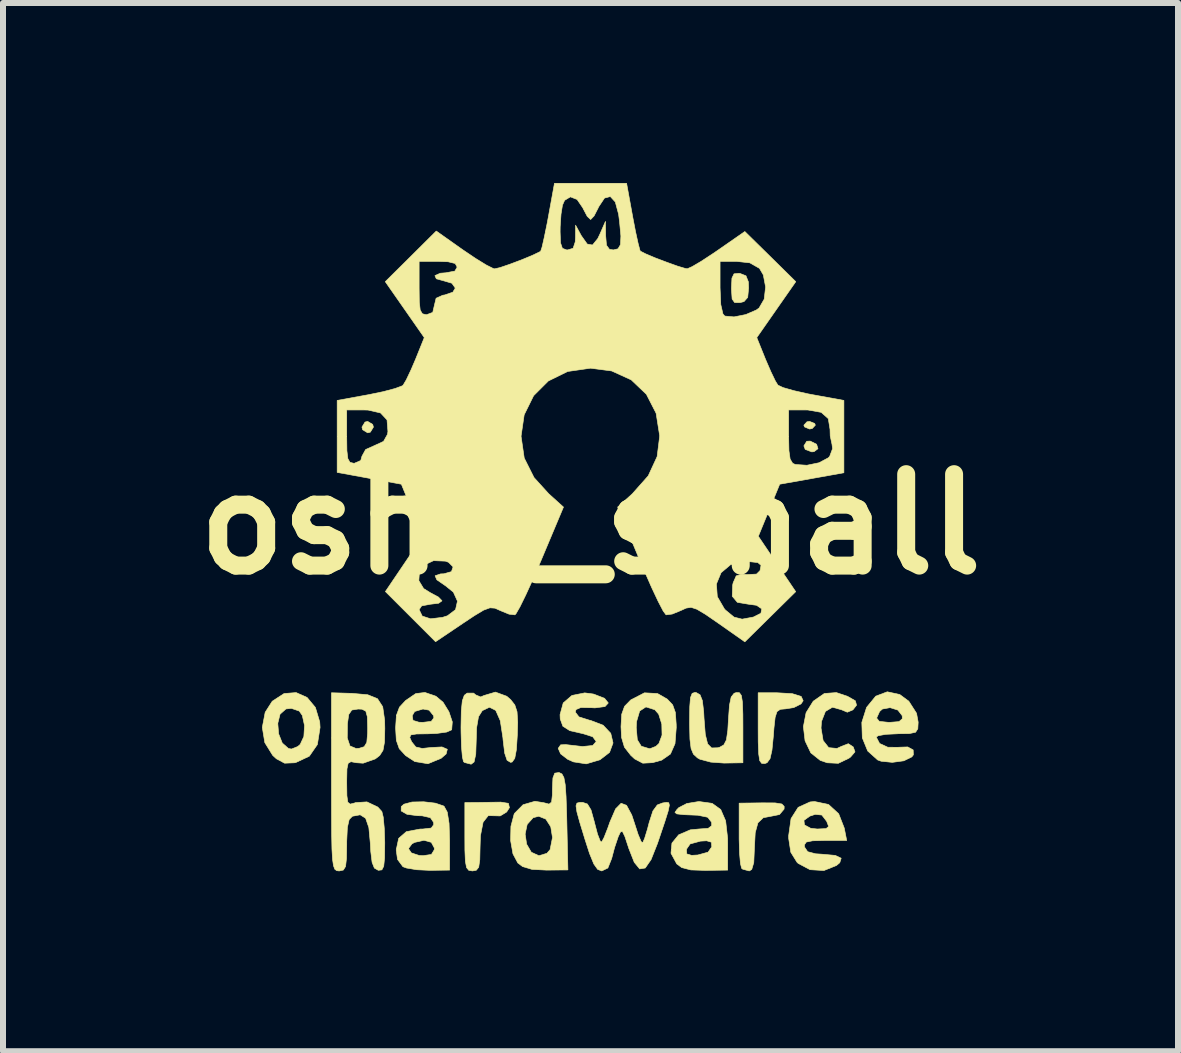
<source format=kicad_pcb>
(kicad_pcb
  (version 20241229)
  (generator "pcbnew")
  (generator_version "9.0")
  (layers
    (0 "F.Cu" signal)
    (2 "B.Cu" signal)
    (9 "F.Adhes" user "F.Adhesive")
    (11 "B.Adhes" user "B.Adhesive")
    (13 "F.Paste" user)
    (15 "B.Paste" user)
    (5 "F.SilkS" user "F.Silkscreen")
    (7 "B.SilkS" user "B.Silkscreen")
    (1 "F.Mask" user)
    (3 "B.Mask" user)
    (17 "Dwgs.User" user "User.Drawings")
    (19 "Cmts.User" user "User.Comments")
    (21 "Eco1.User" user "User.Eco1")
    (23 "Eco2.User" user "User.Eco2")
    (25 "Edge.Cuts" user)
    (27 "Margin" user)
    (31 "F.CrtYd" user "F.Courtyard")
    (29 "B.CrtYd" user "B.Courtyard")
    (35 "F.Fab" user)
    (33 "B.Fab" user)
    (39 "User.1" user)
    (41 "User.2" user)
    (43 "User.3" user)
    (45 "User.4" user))
  (footprint "oshw_small"
    (layer "F.Cu")
    (at 6.793 5.688)
    (property "Reference" "oshw_small" (at 0 0 0) (layer "F.SilkS") (effects (font (size 1.524 1.524) (thickness 0.3))))
    (attr through_hole)
    (fp_poly (pts (xy -3.631 -1.664) (xy -3.619 -1.619) (xy -3.67 -1.535) (xy -3.715 -1.524) (xy -3.799 -1.575) (xy -3.81 -1.619) (xy -3.759 -1.703) (xy -3.715 -1.714) (xy -3.631 -1.664)) (stroke (width 0.01) (type solid)) (fill yes) (layer "F.SilkS"))
    (fp_poly (pts (xy 3.736 -1.68) (xy 3.747 -1.651) (xy 3.695 -1.595) (xy 3.651 -1.587) (xy 3.567 -1.622) (xy 3.556 -1.651) (xy 3.607 -1.707) (xy 3.651 -1.714) (xy 3.736 -1.68)) (stroke (width 0.01) (type solid)) (fill yes) (layer "F.SilkS"))
    (fp_poly (pts (xy 3.768 -1.333) (xy 3.791 -1.259) (xy 3.726 -1.21) (xy 3.688 -1.206) (xy 3.579 -1.247) (xy 3.556 -1.306) (xy 3.604 -1.383) (xy 3.662 -1.386) (xy 3.768 -1.333)) (stroke (width 0.01) (type solid)) (fill yes) (layer "F.SilkS"))
    (fp_poly (pts (xy 2.492 -4.18) (xy 2.591 -4.141) (xy 2.631 -4.04) (xy 2.635 -3.937) (xy 2.62 -3.781) (xy 2.558 -3.711) (xy 2.492 -3.694) (xy 2.402 -3.695) (xy 2.36 -3.754) (xy 2.35 -3.902) (xy 2.349 -3.937) (xy 2.357 -4.103) (xy 2.392 -4.174) (xy 2.473 -4.182) (xy 2.492 -4.18)) (stroke (width 0.01) (type solid)) (fill yes) (layer "F.SilkS"))
    (fp_poly (pts (xy 3.076 4.645) (xy 3.189 4.663) (xy 3.228 4.704) (xy 3.226 4.748) (xy 3.149 4.839) (xy 3.025 4.864) (xy 2.879 4.892) (xy 2.79 4.977) (xy 2.745 5.142) (xy 2.731 5.41) (xy 2.731 5.413) (xy 2.721 5.639) (xy 2.687 5.754) (xy 2.646 5.779) (xy 2.538 5.75) (xy 2.519 5.736) (xy 2.499 5.657) (xy 2.484 5.484) (xy 2.477 5.249) (xy 2.477 5.171) (xy 2.477 4.649) (xy 2.862 4.644) (xy 3.076 4.645)) (stroke (width 0.01) (type solid)) (fill yes) (layer "F.SilkS"))
    (fp_poly (pts (xy 3.363 2.824) (xy 3.511 2.87) (xy 3.544 2.942) (xy 3.508 2.995) (xy 3.387 3.056) (xy 3.254 3.077) (xy 3.163 3.085) (xy 3.108 3.123) (xy 3.077 3.219) (xy 3.057 3.4) (xy 3.048 3.524) (xy 3.024 3.767) (xy 2.992 3.908) (xy 2.942 3.975) (xy 2.905 3.989) (xy 2.853 3.986) (xy 2.82 3.941) (xy 2.803 3.829) (xy 2.795 3.629) (xy 2.794 3.409) (xy 2.794 2.809) (xy 3.104 2.809) (xy 3.363 2.824)) (stroke (width 0.01) (type solid)) (fill yes) (layer "F.SilkS"))
    (fp_poly (pts (xy -1.369 4.652) (xy -1.352 4.724) (xy -1.398 4.796) (xy -1.506 4.862) (xy -1.574 4.86) (xy -1.705 4.857) (xy -1.791 4.967) (xy -1.835 5.193) (xy -1.841 5.374) (xy -1.846 5.594) (xy -1.864 5.717) (xy -1.905 5.768) (xy -1.968 5.779) (xy -2.029 5.769) (xy -2.066 5.724) (xy -2.086 5.62) (xy -2.094 5.432) (xy -2.095 5.209) (xy -2.095 4.639) (xy -1.857 4.637) (xy -1.666 4.634) (xy -1.513 4.632) (xy -1.501 4.631) (xy -1.369 4.652)) (stroke (width 0.01) (type solid)) (fill yes) (layer "F.SilkS"))
    (fp_poly (pts (xy 4.283 2.868) (xy 4.414 2.943) (xy 4.434 3.016) (xy 4.373 3.094) (xy 4.28 3.133) (xy 4.183 3.092) (xy 4.032 3.05) (xy 3.915 3.12) (xy 3.85 3.286) (xy 3.842 3.397) (xy 3.877 3.606) (xy 3.97 3.724) (xy 4.108 3.737) (xy 4.185 3.701) (xy 4.297 3.658) (xy 4.379 3.712) (xy 4.408 3.794) (xy 4.335 3.879) (xy 4.307 3.9) (xy 4.13 3.985) (xy 3.946 3.976) (xy 3.83 3.937) (xy 3.672 3.811) (xy 3.576 3.61) (xy 3.548 3.374) (xy 3.593 3.141) (xy 3.712 2.95) (xy 3.897 2.821) (xy 4.098 2.806) (xy 4.283 2.868)) (stroke (width 0.01) (type solid)) (fill yes) (layer "F.SilkS"))
    (fp_poly (pts (xy -4.725 2.887) (xy -4.586 3.054) (xy -4.514 3.294) (xy -4.508 3.387) (xy -4.553 3.672) (xy -4.687 3.866) (xy -4.911 3.971) (xy -4.933 3.976) (xy -5.099 3.983) (xy -5.235 3.91) (xy -5.298 3.852) (xy -5.429 3.64) (xy -5.471 3.386) (xy -5.458 3.319) (xy -5.213 3.319) (xy -5.199 3.493) (xy -5.138 3.647) (xy -5.035 3.738) (xy -4.985 3.747) (xy -4.882 3.706) (xy -4.839 3.67) (xy -4.778 3.538) (xy -4.767 3.356) (xy -4.804 3.187) (xy -4.855 3.114) (xy -4.986 3.069) (xy -5.077 3.079) (xy -5.175 3.166) (xy -5.213 3.319) (xy -5.458 3.319) (xy -5.423 3.135) (xy -5.305 2.95) (xy -5.108 2.822) (xy -4.907 2.806) (xy -4.725 2.887)) (stroke (width 0.01) (type solid)) (fill yes) (layer "F.SilkS"))
    (fp_poly (pts (xy 1.762 2.806) (xy 1.825 2.842) (xy 1.864 2.939) (xy 1.886 3.124) (xy 1.892 3.239) (xy 1.913 3.504) (xy 1.952 3.662) (xy 2.018 3.729) (xy 2.121 3.726) (xy 2.15 3.718) (xy 2.222 3.678) (xy 2.265 3.594) (xy 2.288 3.436) (xy 2.299 3.252) (xy 2.316 3.016) (xy 2.344 2.881) (xy 2.393 2.818) (xy 2.429 2.806) (xy 2.481 2.808) (xy 2.514 2.854) (xy 2.532 2.966) (xy 2.539 3.167) (xy 2.54 3.38) (xy 2.54 3.976) (xy 2.226 3.981) (xy 2.004 3.965) (xy 1.825 3.918) (xy 1.782 3.894) (xy 1.715 3.832) (xy 1.676 3.738) (xy 1.657 3.584) (xy 1.651 3.337) (xy 1.651 3.294) (xy 1.654 3.04) (xy 1.666 2.89) (xy 1.694 2.819) (xy 1.742 2.803) (xy 1.762 2.806)) (stroke (width 0.01) (type solid)) (fill yes) (layer "F.SilkS"))
    (fp_poly (pts (xy 0.052 2.831) (xy 0.234 2.902) (xy 0.296 2.979) (xy 0.241 3.039) (xy 0.074 3.061) (xy 0.016 3.058) (xy -0.162 3.055) (xy -0.242 3.089) (xy -0.254 3.132) (xy -0.193 3.211) (xy -0.016 3.267) (xy 0.001 3.27) (xy 0.21 3.35) (xy 0.337 3.485) (xy 0.375 3.646) (xy 0.317 3.803) (xy 0.157 3.926) (xy -0.072 3.994) (xy -0.285 3.961) (xy -0.381 3.918) (xy -0.498 3.828) (xy -0.539 3.736) (xy -0.498 3.677) (xy -0.413 3.673) (xy -0.134 3.705) (xy 0.037 3.688) (xy 0.095 3.621) (xy 0.095 3.621) (xy 0.036 3.542) (xy -0.128 3.49) (xy -0.129 3.49) (xy -0.345 3.441) (xy -0.461 3.367) (xy -0.505 3.246) (xy -0.508 3.173) (xy -0.455 2.979) (xy -0.31 2.854) (xy -0.097 2.811) (xy 0.052 2.831)) (stroke (width 0.01) (type solid)) (fill yes) (layer "F.SilkS"))
    (fp_poly (pts (xy 1.117 2.822) (xy 1.279 2.915) (xy 1.369 3.011) (xy 1.414 3.137) (xy 1.428 3.337) (xy 1.429 3.389) (xy 1.408 3.658) (xy 1.332 3.83) (xy 1.186 3.932) (xy 1.035 3.974) (xy 0.871 3.983) (xy 0.736 3.912) (xy 0.671 3.852) (xy 0.565 3.716) (xy 0.517 3.554) (xy 0.509 3.39) (xy 0.762 3.39) (xy 0.78 3.593) (xy 0.846 3.7) (xy 0.978 3.74) (xy 0.992 3.741) (xy 1.09 3.702) (xy 1.14 3.655) (xy 1.192 3.515) (xy 1.188 3.332) (xy 1.136 3.166) (xy 1.072 3.092) (xy 0.923 3.045) (xy 0.819 3.113) (xy 0.767 3.29) (xy 0.762 3.39) (xy 0.509 3.39) (xy 0.508 3.373) (xy 0.52 3.166) (xy 0.567 3.035) (xy 0.669 2.93) (xy 0.675 2.926) (xy 0.899 2.81) (xy 1.117 2.822)) (stroke (width 0.01) (type solid)) (fill yes) (layer "F.SilkS"))
    (fp_poly (pts (xy -1.397 2.867) (xy -1.331 2.924) (xy -1.262 3.012) (xy -1.225 3.125) (xy -1.214 3.3) (xy -1.22 3.511) (xy -1.236 3.759) (xy -1.263 3.902) (xy -1.306 3.963) (xy -1.333 3.969) (xy -1.391 3.934) (xy -1.431 3.815) (xy -1.458 3.591) (xy -1.46 3.562) (xy -1.504 3.275) (xy -1.58 3.103) (xy -1.685 3.05) (xy -1.804 3.107) (xy -1.867 3.207) (xy -1.899 3.392) (xy -1.905 3.596) (xy -1.913 3.833) (xy -1.941 3.963) (xy -1.99 4) (xy -2.098 3.972) (xy -2.117 3.958) (xy -2.136 3.879) (xy -2.151 3.706) (xy -2.158 3.471) (xy -2.159 3.385) (xy -2.154 3.113) (xy -2.137 2.943) (xy -2.104 2.851) (xy -2.057 2.815) (xy -1.949 2.815) (xy -1.913 2.845) (xy -1.831 2.879) (xy -1.776 2.855) (xy -1.585 2.798) (xy -1.397 2.867)) (stroke (width 0.01) (type solid)) (fill yes) (layer "F.SilkS"))
    (fp_poly (pts (xy 3.967 4.671) (xy 4.136 4.826) (xy 4.229 5.064) (xy 4.27 5.271) (xy 3.909 5.271) (xy 3.703 5.276) (xy 3.597 5.297) (xy 3.565 5.344) (xy 3.568 5.382) (xy 3.619 5.458) (xy 3.751 5.493) (xy 3.86 5.5) (xy 4.08 5.52) (xy 4.178 5.567) (xy 4.154 5.642) (xy 4.099 5.688) (xy 3.89 5.772) (xy 3.659 5.758) (xy 3.461 5.653) (xy 3.44 5.632) (xy 3.338 5.467) (xy 3.303 5.239) (xy 3.302 5.194) (xy 3.338 4.936) (xy 3.557 4.936) (xy 3.566 5.012) (xy 3.67 5.068) (xy 3.78 5.08) (xy 3.926 5.073) (xy 3.969 5.038) (xy 3.937 4.954) (xy 3.937 4.953) (xy 3.855 4.847) (xy 3.745 4.836) (xy 3.656 4.865) (xy 3.557 4.936) (xy 3.338 4.936) (xy 3.342 4.907) (xy 3.461 4.719) (xy 3.658 4.629) (xy 3.735 4.622) (xy 3.967 4.671)) (stroke (width 0.01) (type solid)) (fill yes) (layer "F.SilkS"))
    (fp_poly (pts (xy 2.028 4.653) (xy 2.17 4.755) (xy 2.252 4.944) (xy 2.285 5.234) (xy 2.286 5.334) (xy 2.286 5.765) (xy 1.913 5.77) (xy 1.672 5.762) (xy 1.52 5.723) (xy 1.437 5.661) (xy 1.341 5.484) (xy 1.347 5.418) (xy 1.598 5.418) (xy 1.604 5.495) (xy 1.684 5.519) (xy 1.788 5.513) (xy 1.959 5.466) (xy 2.021 5.377) (xy 2.015 5.3) (xy 1.935 5.276) (xy 1.832 5.282) (xy 1.66 5.329) (xy 1.598 5.418) (xy 1.347 5.418) (xy 1.357 5.315) (xy 1.469 5.177) (xy 1.662 5.094) (xy 1.804 5.08) (xy 1.96 5.069) (xy 2.02 5.025) (xy 2.019 4.969) (xy 1.953 4.884) (xy 1.788 4.85) (xy 1.777 4.85) (xy 1.555 4.841) (xy 1.438 4.828) (xy 1.407 4.803) (xy 1.439 4.757) (xy 1.471 4.724) (xy 1.606 4.654) (xy 1.799 4.623) (xy 1.816 4.623) (xy 2.028 4.653)) (stroke (width 0.01) (type solid)) (fill yes) (layer "F.SilkS"))
    (fp_poly (pts (xy -2.586 4.649) (xy -2.449 4.696) (xy -2.44 4.703) (xy -2.388 4.798) (xy -2.358 4.986) (xy -2.349 5.272) (xy -2.349 5.765) (xy -2.683 5.769) (xy -2.896 5.759) (xy -3.069 5.73) (xy -3.127 5.708) (xy -3.217 5.587) (xy -3.239 5.428) (xy -3.234 5.406) (xy -3.035 5.406) (xy -2.987 5.478) (xy -2.856 5.521) (xy -2.79 5.524) (xy -2.652 5.504) (xy -2.605 5.427) (xy -2.603 5.397) (xy -2.654 5.302) (xy -2.777 5.268) (xy -2.932 5.303) (xy -2.977 5.328) (xy -3.035 5.406) (xy -3.234 5.406) (xy -3.198 5.236) (xy -3.07 5.124) (xy -2.843 5.081) (xy -2.794 5.08) (xy -2.655 5.064) (xy -2.613 5.006) (xy -2.616 4.969) (xy -2.669 4.891) (xy -2.806 4.86) (xy -2.885 4.858) (xy -3.059 4.835) (xy -3.156 4.779) (xy -3.155 4.706) (xy -3.109 4.666) (xy -2.975 4.63) (xy -2.781 4.626) (xy -2.586 4.649)) (stroke (width 0.01) (type solid)) (fill yes) (layer "F.SilkS"))
    (fp_poly (pts (xy -0.524 4.139) (xy -0.477 4.162) (xy -0.444 4.222) (xy -0.422 4.34) (xy -0.408 4.537) (xy -0.398 4.833) (xy -0.395 4.961) (xy -0.377 5.762) (xy -0.734 5.765) (xy -0.975 5.753) (xy -1.131 5.707) (xy -1.212 5.646) (xy -1.293 5.494) (xy -1.332 5.273) (xy -1.33 5.164) (xy -1.09 5.164) (xy -1.065 5.333) (xy -0.987 5.467) (xy -0.863 5.524) (xy -0.857 5.524) (xy -0.727 5.485) (xy -0.674 5.424) (xy -0.634 5.222) (xy -0.663 5.043) (xy -0.745 4.915) (xy -0.864 4.867) (xy -0.957 4.892) (xy -1.056 5.003) (xy -1.09 5.164) (xy -1.33 5.164) (xy -1.327 5.035) (xy -1.274 4.834) (xy -1.266 4.818) (xy -1.124 4.675) (xy -0.927 4.618) (xy -0.778 4.642) (xy -0.691 4.665) (xy -0.649 4.631) (xy -0.636 4.51) (xy -0.635 4.407) (xy -0.627 4.229) (xy -0.596 4.149) (xy -0.529 4.139) (xy -0.524 4.139)) (stroke (width 0.01) (type solid)) (fill yes) (layer "F.SilkS"))
    (fp_poly (pts (xy -2.577 2.867) (xy -2.458 2.967) (xy -2.36 3.126) (xy -2.304 3.294) (xy -2.314 3.423) (xy -2.317 3.428) (xy -2.398 3.464) (xy -2.564 3.487) (xy -2.705 3.493) (xy -2.902 3.496) (xy -2.996 3.512) (xy -3.013 3.555) (xy -2.981 3.627) (xy -2.912 3.713) (xy -2.805 3.737) (xy -2.665 3.722) (xy -2.476 3.712) (xy -2.387 3.751) (xy -2.407 3.829) (xy -2.49 3.901) (xy -2.71 3.992) (xy -2.929 3.956) (xy -3.082 3.856) (xy -3.188 3.741) (xy -3.237 3.602) (xy -3.249 3.397) (xy -3.236 3.191) (xy -2.972 3.191) (xy -2.959 3.27) (xy -2.86 3.3) (xy -2.794 3.302) (xy -2.655 3.286) (xy -2.612 3.228) (xy -2.616 3.191) (xy -2.691 3.099) (xy -2.794 3.08) (xy -2.931 3.121) (xy -2.972 3.191) (xy -3.236 3.191) (xy -3.236 3.187) (xy -3.185 3.049) (xy -3.082 2.938) (xy -2.914 2.823) (xy -2.76 2.804) (xy -2.577 2.867)) (stroke (width 0.01) (type solid)) (fill yes) (layer "F.SilkS"))
    (fp_poly (pts (xy 5.154 2.838) (xy 5.305 2.95) (xy 5.434 3.151) (xy 5.461 3.299) (xy 5.455 3.41) (xy 5.418 3.467) (xy 5.316 3.489) (xy 5.121 3.492) (xy 5.112 3.493) (xy 4.92 3.502) (xy 4.794 3.525) (xy 4.763 3.548) (xy 4.818 3.654) (xy 4.955 3.717) (xy 5.13 3.718) (xy 5.135 3.717) (xy 5.287 3.712) (xy 5.378 3.762) (xy 5.381 3.844) (xy 5.355 3.878) (xy 5.222 3.943) (xy 5.03 3.969) (xy 4.844 3.95) (xy 4.786 3.929) (xy 4.62 3.78) (xy 4.53 3.56) (xy 4.522 3.303) (xy 4.545 3.231) (xy 4.769 3.231) (xy 4.813 3.286) (xy 4.966 3.302) (xy 4.989 3.302) (xy 5.142 3.29) (xy 5.197 3.242) (xy 5.195 3.191) (xy 5.123 3.098) (xy 4.993 3.057) (xy 4.865 3.08) (xy 4.818 3.122) (xy 4.769 3.231) (xy 4.545 3.231) (xy 4.601 3.053) (xy 4.754 2.866) (xy 4.946 2.793) (xy 5.154 2.838)) (stroke (width 0.01) (type solid)) (fill yes) (layer "F.SilkS"))
    (fp_poly (pts (xy -0.052 4.663) (xy 0.008 4.762) (xy 0.063 4.96) (xy 0.069 4.985) (xy 0.117 5.167) (xy 0.161 5.279) (xy 0.185 5.298) (xy 0.226 5.221) (xy 0.287 5.066) (xy 0.323 4.964) (xy 0.418 4.744) (xy 0.51 4.651) (xy 0.6 4.685) (xy 0.687 4.846) (xy 0.733 4.985) (xy 0.793 5.17) (xy 0.843 5.288) (xy 0.868 5.312) (xy 0.901 5.238) (xy 0.949 5.082) (xy 0.977 4.974) (xy 1.04 4.779) (xy 1.113 4.679) (xy 1.2 4.646) (xy 1.265 4.636) (xy 1.304 4.642) (xy 1.314 4.684) (xy 1.294 4.781) (xy 1.24 4.953) (xy 1.15 5.22) (xy 1.115 5.323) (xy 1.009 5.59) (xy 0.912 5.73) (xy 0.819 5.745) (xy 0.729 5.635) (xy 0.637 5.401) (xy 0.636 5.397) (xy 0.573 5.206) (xy 0.532 5.121) (xy 0.5 5.128) (xy 0.462 5.207) (xy 0.401 5.388) (xy 0.352 5.572) (xy 0.289 5.73) (xy 0.187 5.779) (xy 0.119 5.753) (xy 0.055 5.663) (xy -0.017 5.487) (xy -0.093 5.251) (xy -0.178 4.973) (xy -0.227 4.795) (xy -0.242 4.694) (xy -0.226 4.648) (xy -0.178 4.636) (xy -0.132 4.636) (xy -0.052 4.663)) (stroke (width 0.01) (type solid)) (fill yes) (layer "F.SilkS"))
    (fp_poly (pts (xy -3.976 2.819) (xy -3.714 2.842) (xy -3.551 2.908) (xy -3.464 3.042) (xy -3.432 3.265) (xy -3.429 3.404) (xy -3.434 3.631) (xy -3.459 3.768) (xy -3.514 3.854) (xy -3.587 3.911) (xy -3.79 3.983) (xy -3.905 3.975) (xy -3.993 3.958) (xy -4.04 3.984) (xy -4.06 4.079) (xy -4.064 4.27) (xy -4.064 4.315) (xy -4.061 4.525) (xy -4.046 4.633) (xy -4.007 4.665) (xy -3.932 4.646) (xy -3.918 4.64) (xy -3.727 4.628) (xy -3.546 4.714) (xy -3.478 4.789) (xy -3.455 4.883) (xy -3.438 5.066) (xy -3.43 5.3) (xy -3.43 5.323) (xy -3.433 5.563) (xy -3.447 5.7) (xy -3.478 5.761) (xy -3.533 5.768) (xy -3.54 5.767) (xy -3.603 5.731) (xy -3.641 5.636) (xy -3.663 5.455) (xy -3.67 5.323) (xy -3.695 5.056) (xy -3.749 4.9) (xy -3.84 4.843) (xy -3.969 4.867) (xy -4.023 4.922) (xy -4.053 5.054) (xy -4.064 5.284) (xy -4.064 5.341) (xy -4.068 5.572) (xy -4.083 5.704) (xy -4.12 5.764) (xy -4.184 5.778) (xy -4.191 5.779) (xy -4.231 5.774) (xy -4.262 5.751) (xy -4.284 5.693) (xy -4.3 5.586) (xy -4.31 5.415) (xy -4.315 5.164) (xy -4.317 4.819) (xy -4.318 4.364) (xy -4.318 4.294) (xy -4.318 3.562) (xy -4.055 3.562) (xy -4.01 3.695) (xy -3.909 3.738) (xy -3.858 3.735) (xy -3.772 3.708) (xy -3.729 3.636) (xy -3.716 3.485) (xy -3.715 3.397) (xy -3.72 3.209) (xy -3.746 3.115) (xy -3.81 3.083) (xy -3.873 3.08) (xy -3.979 3.097) (xy -4.03 3.171) (xy -4.052 3.325) (xy -4.055 3.562) (xy -4.318 3.562) (xy -4.318 2.809) (xy -3.976 2.819)) (stroke (width 0.01) (type solid)) (fill yes) (layer "F.SilkS"))
    (fp_poly (pts (xy 0.702 -5.128) (xy 0.75 -4.878) (xy 0.793 -4.682) (xy 0.823 -4.568) (xy 0.831 -4.552) (xy 0.919 -4.507) (xy 1.08 -4.439) (xy 1.273 -4.366) (xy 1.454 -4.301) (xy 1.582 -4.263) (xy 1.612 -4.258) (xy 1.694 -4.294) (xy 1.842 -4.381) (xy 2.159 -4.381) (xy 2.159 -3.942) (xy 2.171 -3.662) (xy 2.207 -3.505) (xy 2.238 -3.47) (xy 2.392 -3.456) (xy 2.588 -3.495) (xy 2.764 -3.571) (xy 2.81 -3.605) (xy 2.895 -3.752) (xy 2.918 -3.955) (xy 2.88 -4.156) (xy 2.816 -4.265) (xy 2.655 -4.357) (xy 2.435 -4.381) (xy 2.159 -4.381) (xy 1.842 -4.381) (xy 1.85 -4.386) (xy 2.051 -4.518) (xy 2.127 -4.57) (xy 2.572 -4.879) (xy 2.997 -4.461) (xy 3.421 -4.043) (xy 3.096 -3.577) (xy 2.771 -3.111) (xy 2.918 -2.746) (xy 3.006 -2.543) (xy 3.082 -2.385) (xy 3.124 -2.318) (xy 3.209 -2.278) (xy 3.387 -2.227) (xy 3.623 -2.174) (xy 3.702 -2.159) (xy 4.223 -2.064) (xy 4.223 -0.858) (xy 3.688 -0.762) (xy 3.153 -0.667) (xy 2.975 -0.233) (xy 2.797 0.201) (xy 3.109 0.663) (xy 3.42 1.124) (xy 2.996 1.542) (xy 2.572 1.96) (xy 2.132 1.651) (xy 1.916 1.502) (xy 1.773 1.417) (xy 1.676 1.385) (xy 1.593 1.398) (xy 1.508 1.437) (xy 1.362 1.497) (xy 1.26 1.51) (xy 1.258 1.509) (xy 1.211 1.446) (xy 1.127 1.285) (xy 1.016 1.049) (xy 0.993 0.996) (xy 2.098 0.996) (xy 2.113 1.207) (xy 2.232 1.412) (xy 2.251 1.432) (xy 2.392 1.548) (xy 2.527 1.582) (xy 2.715 1.547) (xy 2.84 1.484) (xy 2.854 1.41) (xy 2.767 1.351) (xy 2.633 1.333) (xy 2.448 1.302) (xy 2.362 1.2) (xy 2.369 1.014) (xy 2.377 0.977) (xy 2.428 0.861) (xy 2.526 0.831) (xy 2.604 0.839) (xy 2.767 0.831) (xy 2.825 0.773) (xy 2.842 0.684) (xy 2.789 0.639) (xy 2.642 0.623) (xy 2.563 0.622) (xy 2.335 0.674) (xy 2.176 0.808) (xy 2.098 0.996) (xy 0.993 0.996) (xy 0.888 0.758) (xy 0.821 0.601) (xy 0.452 -0.286) (xy 0.697 -0.508) (xy 0.962 -0.807) (xy 1.11 -1.127) (xy 1.153 -1.471) (xy 1.093 -1.85) (xy 1.065 -1.905) (xy 3.302 -1.905) (xy 3.302 -1.465) (xy 3.307 -1.226) (xy 3.327 -1.086) (xy 3.369 -1.016) (xy 3.413 -0.996) (xy 3.606 -0.983) (xy 3.809 -1.025) (xy 3.963 -1.107) (xy 3.986 -1.131) (xy 4.034 -1.259) (xy 4.025 -1.332) (xy 3.995 -1.472) (xy 3.992 -1.581) (xy 3.963 -1.76) (xy 3.845 -1.865) (xy 3.625 -1.904) (xy 3.58 -1.905) (xy 3.302 -1.905) (xy 1.065 -1.905) (xy 0.931 -2.166) (xy 0.679 -2.406) (xy 0.352 -2.555) (xy 0 -2.601) (xy -0.382 -2.546) (xy -0.703 -2.388) (xy -0.949 -2.142) (xy -1.106 -1.824) (xy -1.158 -1.467) (xy -1.105 -1.103) (xy -0.942 -0.778) (xy -0.697 -0.508) (xy -0.451 -0.286) (xy -0.824 0.602) (xy -0.957 0.912) (xy -1.079 1.178) (xy -1.177 1.378) (xy -1.243 1.492) (xy -1.261 1.51) (xy -1.358 1.499) (xy -1.502 1.44) (xy -1.502 1.44) (xy -1.593 1.399) (xy -1.676 1.393) (xy -1.781 1.431) (xy -1.936 1.524) (xy -2.13 1.653) (xy -2.583 1.958) (xy -3.001 1.54) (xy -3.419 1.122) (xy -3.296 0.94) (xy -2.862 0.94) (xy -2.782 1.072) (xy -2.667 1.143) (xy -2.536 1.213) (xy -2.477 1.274) (xy -2.477 1.278) (xy -2.532 1.317) (xy -2.665 1.333) (xy -2.667 1.333) (xy -2.815 1.361) (xy -2.857 1.423) (xy -2.805 1.531) (xy -2.666 1.576) (xy -2.467 1.552) (xy -2.385 1.526) (xy -2.25 1.424) (xy -2.218 1.282) (xy -2.286 1.132) (xy -2.413 1.029) (xy -2.562 0.926) (xy -2.591 0.859) (xy -2.5 0.828) (xy -2.445 0.826) (xy -2.318 0.79) (xy -2.291 0.711) (xy -2.367 0.634) (xy -2.42 0.615) (xy -2.617 0.607) (xy -2.766 0.678) (xy -2.852 0.799) (xy -2.862 0.94) (xy -3.296 0.94) (xy -3.108 0.662) (xy -2.797 0.201) (xy -2.975 -0.233) (xy -3.153 -0.667) (xy -3.688 -0.766) (xy -4.223 -0.864) (xy -4.223 -1.905) (xy -4.064 -1.905) (xy -4.064 -1.46) (xy -4.061 -1.227) (xy -4.045 -1.093) (xy -4.01 -1.032) (xy -3.947 -1.016) (xy -3.937 -1.016) (xy -3.83 -1.062) (xy -3.81 -1.134) (xy -3.749 -1.245) (xy -3.604 -1.31) (xy -3.45 -1.381) (xy -3.384 -1.499) (xy -3.377 -1.546) (xy -3.392 -1.739) (xy -3.5 -1.855) (xy -3.708 -1.903) (xy -3.786 -1.905) (xy -4.064 -1.905) (xy -4.223 -1.905) (xy -4.223 -2.064) (xy -3.702 -2.159) (xy -3.455 -2.21) (xy -3.256 -2.263) (xy -3.138 -2.307) (xy -3.124 -2.318) (xy -3.071 -2.407) (xy -2.991 -2.576) (xy -2.918 -2.746) (xy -2.771 -3.111) (xy -3.096 -3.577) (xy -3.421 -4.043) (xy -3.08 -4.381) (xy -2.857 -4.381) (xy -2.857 -3.937) (xy -2.854 -3.703) (xy -2.839 -3.57) (xy -2.803 -3.508) (xy -2.741 -3.493) (xy -2.731 -3.493) (xy -2.63 -3.531) (xy -2.603 -3.647) (xy -2.574 -3.767) (xy -2.463 -3.817) (xy -2.429 -3.822) (xy -2.295 -3.868) (xy -2.254 -3.937) (xy -2.311 -4.017) (xy -2.429 -4.052) (xy -2.57 -4.091) (xy -2.594 -4.144) (xy -2.504 -4.184) (xy -2.413 -4.191) (xy -2.262 -4.219) (xy -2.223 -4.286) (xy -2.256 -4.346) (xy -2.374 -4.375) (xy -2.54 -4.381) (xy -2.857 -4.381) (xy -3.08 -4.381) (xy -2.571 -4.887) (xy -2.127 -4.573) (xy -1.915 -4.43) (xy -1.736 -4.32) (xy -1.62 -4.262) (xy -1.599 -4.257) (xy -1.508 -4.278) (xy -1.344 -4.334) (xy -1.15 -4.407) (xy -0.971 -4.481) (xy -0.85 -4.539) (xy -0.831 -4.551) (xy -0.808 -4.619) (xy -0.771 -4.782) (xy -0.752 -4.874) (xy -0.507 -4.874) (xy -0.5 -4.689) (xy -0.469 -4.599) (xy -0.401 -4.573) (xy -0.381 -4.572) (xy -0.29 -4.6) (xy -0.255 -4.706) (xy -0.251 -4.778) (xy -0.249 -4.985) (xy -0.154 -4.81) (xy -0.055 -4.67) (xy 0.033 -4.654) (xy 0.121 -4.762) (xy 0.159 -4.842) (xy 0.249 -5.048) (xy 0.252 -4.81) (xy 0.266 -4.65) (xy 0.316 -4.582) (xy 0.381 -4.572) (xy 0.458 -4.591) (xy 0.499 -4.66) (xy 0.506 -4.803) (xy 0.484 -5.04) (xy 0.468 -5.166) (xy 0.413 -5.371) (xy 0.33 -5.462) (xy 0.233 -5.437) (xy 0.136 -5.291) (xy 0.127 -5.271) (xy 0.06 -5.14) (xy 0.003 -5.08) (xy 0 -5.08) (xy -0.055 -5.132) (xy -0.122 -5.259) (xy -0.127 -5.271) (xy -0.224 -5.413) (xy -0.336 -5.457) (xy -0.432 -5.399) (xy -0.468 -5.318) (xy -0.492 -5.168) (xy -0.506 -4.958) (xy -0.507 -4.874) (xy -0.752 -4.874) (xy -0.724 -5.011) (xy -0.702 -5.128) (xy -0.601 -5.683) (xy 0.601 -5.683) (xy 0.702 -5.128)) (stroke (width 0.01) (type solid)) (fill yes) (layer "F.SilkS")))
  (gr_rect
    (start -3 -3)
    (end 16.585 14.472)
    (stroke (width 0.1) (type default))
    (fill no)
    (layer "Edge.Cuts")))
</source>
